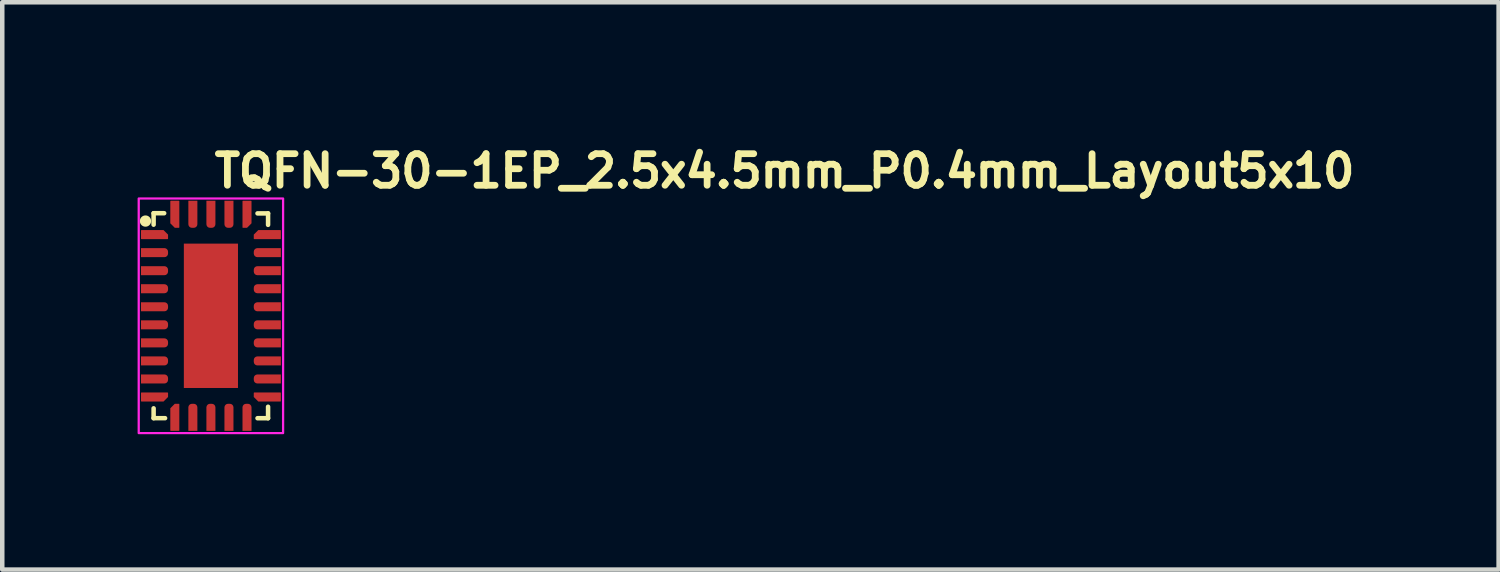
<source format=kicad_pcb>
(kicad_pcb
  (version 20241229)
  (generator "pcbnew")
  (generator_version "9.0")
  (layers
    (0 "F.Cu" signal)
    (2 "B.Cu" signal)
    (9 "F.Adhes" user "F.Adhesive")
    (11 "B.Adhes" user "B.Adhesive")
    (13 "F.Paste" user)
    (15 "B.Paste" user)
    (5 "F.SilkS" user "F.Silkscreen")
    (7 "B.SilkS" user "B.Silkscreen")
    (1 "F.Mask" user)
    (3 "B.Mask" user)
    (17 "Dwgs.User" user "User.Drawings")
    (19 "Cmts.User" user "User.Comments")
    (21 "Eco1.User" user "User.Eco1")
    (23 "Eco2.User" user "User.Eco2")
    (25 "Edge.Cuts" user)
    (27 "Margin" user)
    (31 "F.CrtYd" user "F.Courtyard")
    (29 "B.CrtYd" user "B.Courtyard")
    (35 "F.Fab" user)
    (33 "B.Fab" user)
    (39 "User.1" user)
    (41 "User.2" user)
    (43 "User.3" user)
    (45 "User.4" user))
  (footprint "TQFN-30-1EP_2.5x4.5mm_P0.4mm_Layout5x10"
    (layer "F.Cu")
    (at 1.625 3.95)
    (property "Reference" "TQFN-30-1EP_2.5x4.5mm_P0.4mm_Layout5x10" (at 0 -2.8 0) (layer "F.SilkS") (effects (font (size 0.7 0.7) (thickness 0.15)) (justify left bottom)))
    (attr smd)
    (fp_line (start -1.27 -2.274) (end -1.27 -2.02) (stroke (width 0.1) (type default)) (layer "F.SilkS"))
    (fp_line (start -1.27 2.051) (end -1.27 2.269) (stroke (width 0.1) (type default)) (layer "F.SilkS"))
    (fp_line (start -1.27 2.269) (end -1.016 2.269) (stroke (width 0.1) (type default)) (layer "F.SilkS"))
    (fp_line (start -1.036 -2.274) (end -1.27 -2.274) (stroke (width 0.1) (type default)) (layer "F.SilkS"))
    (fp_line (start 1.033 -2.27) (end 1.267 -2.27) (stroke (width 0.1) (type default)) (layer "F.SilkS"))
    (fp_line (start 1.033 2.27) (end 1.267 2.27) (stroke (width 0.1) (type default)) (layer "F.SilkS"))
    (fp_line (start 1.267 -2.27) (end 1.267 -2.016) (stroke (width 0.1) (type default)) (layer "F.SilkS"))
    (fp_line (start 1.267 2.27) (end 1.267 2.016) (stroke (width 0.1) (type default)) (layer "F.SilkS"))
    (fp_circle (center -1.45 -2.1) (end -1.4 -2.1) (stroke (width 0.15) (type solid)) (fill yes) (layer "F.SilkS"))
    (fp_rect (start -1.6 -2.6) (end 1.6 2.6) (stroke (width 0.05) (type solid)) (fill no) (layer "F.CrtYd"))
    (fp_rect (start -1.27 -2.27) (end 1.27 2.27) (stroke (width 0.1) (type solid)) (fill no) (layer "User.5"))
    (fp_line (start -1.27 -1.9) (end -1.27 -1.7) (stroke (width 0.02) (type solid)) (layer "User.9"))
    (fp_line (start -1.27 -1.9) (end -1.27 -1.7) (stroke (width 0.02) (type solid)) (layer "User.9"))
    (fp_line (start -1.27 -1.9) (end -1.27 -1.7) (stroke (width 0.02) (type solid)) (layer "User.9"))
    (fp_line (start -1.27 -1.9) (end -1.27 -1.7) (stroke (width 0.02) (type solid)) (layer "User.9"))
    (fp_line (start -1.27 -1.5) (end -1.27 -1.3) (stroke (width 0.02) (type solid)) (layer "User.9"))
    (fp_line (start -1.27 -1.5) (end -1.27 -1.3) (stroke (width 0.02) (type solid)) (layer "User.9"))
    (fp_line (start -1.27 -1.5) (end -1.27 -1.3) (stroke (width 0.02) (type solid)) (layer "User.9"))
    (fp_line (start -1.27 -1.5) (end -1.27 -1.3) (stroke (width 0.02) (type solid)) (layer "User.9"))
    (fp_line (start -1.27 -1.1) (end -1.27 -0.9) (stroke (width 0.02) (type solid)) (layer "User.9"))
    (fp_line (start -1.27 -1.1) (end -1.27 -0.9) (stroke (width 0.02) (type solid)) (layer "User.9"))
    (fp_line (start -1.27 -1.1) (end -1.27 -0.9) (stroke (width 0.02) (type solid)) (layer "User.9"))
    (fp_line (start -1.27 -1.1) (end -1.27 -0.9) (stroke (width 0.02) (type solid)) (layer "User.9"))
    (fp_line (start -1.27 -0.7) (end -1.27 -0.5) (stroke (width 0.02) (type solid)) (layer "User.9"))
    (fp_line (start -1.27 -0.7) (end -1.27 -0.5) (stroke (width 0.02) (type solid)) (layer "User.9"))
    (fp_line (start -1.27 -0.7) (end -1.27 -0.5) (stroke (width 0.02) (type solid)) (layer "User.9"))
    (fp_line (start -1.27 -0.7) (end -1.27 -0.5) (stroke (width 0.02) (type solid)) (layer "User.9"))
    (fp_line (start -1.27 -0.3) (end -1.27 -0.1) (stroke (width 0.02) (type solid)) (layer "User.9"))
    (fp_line (start -1.27 -0.3) (end -1.27 -0.1) (stroke (width 0.02) (type solid)) (layer "User.9"))
    (fp_line (start -1.27 -0.3) (end -1.27 -0.1) (stroke (width 0.02) (type solid)) (layer "User.9"))
    (fp_line (start -1.27 -0.3) (end -1.27 -0.1) (stroke (width 0.02) (type solid)) (layer "User.9"))
    (fp_line (start -1.27 0.1) (end -1.27 0.3) (stroke (width 0.02) (type solid)) (layer "User.9"))
    (fp_line (start -1.27 0.1) (end -1.27 0.3) (stroke (width 0.02) (type solid)) (layer "User.9"))
    (fp_line (start -1.27 0.1) (end -1.27 0.3) (stroke (width 0.02) (type solid)) (layer "User.9"))
    (fp_line (start -1.27 0.1) (end -1.27 0.3) (stroke (width 0.02) (type solid)) (layer "User.9"))
    (fp_line (start -1.27 0.5) (end -1.27 0.7) (stroke (width 0.02) (type solid)) (layer "User.9"))
    (fp_line (start -1.27 0.5) (end -1.27 0.7) (stroke (width 0.02) (type solid)) (layer "User.9"))
    (fp_line (start -1.27 0.5) (end -1.27 0.7) (stroke (width 0.02) (type solid)) (layer "User.9"))
    (fp_line (start -1.27 0.5) (end -1.27 0.7) (stroke (width 0.02) (type solid)) (layer "User.9"))
    (fp_line (start -1.27 0.9) (end -1.27 1.1) (stroke (width 0.02) (type solid)) (layer "User.9"))
    (fp_line (start -1.27 0.9) (end -1.27 1.1) (stroke (width 0.02) (type solid)) (layer "User.9"))
    (fp_line (start -1.27 0.9) (end -1.27 1.1) (stroke (width 0.02) (type solid)) (layer "User.9"))
    (fp_line (start -1.27 0.9) (end -1.27 1.1) (stroke (width 0.02) (type solid)) (layer "User.9"))
    (fp_line (start -1.27 1.3) (end -1.27 1.5) (stroke (width 0.02) (type solid)) (layer "User.9"))
    (fp_line (start -1.27 1.3) (end -1.27 1.5) (stroke (width 0.02) (type solid)) (layer "User.9"))
    (fp_line (start -1.27 1.3) (end -1.27 1.5) (stroke (width 0.02) (type solid)) (layer "User.9"))
    (fp_line (start -1.27 1.3) (end -1.27 1.5) (stroke (width 0.02) (type solid)) (layer "User.9"))
    (fp_line (start -1.27 1.7) (end -1.27 1.9) (stroke (width 0.02) (type solid)) (layer "User.9"))
    (fp_line (start -1.27 1.7) (end -1.27 1.9) (stroke (width 0.02) (type solid)) (layer "User.9"))
    (fp_line (start -1.27 1.7) (end -1.27 1.9) (stroke (width 0.02) (type solid)) (layer "User.9"))
    (fp_line (start -1.27 1.7) (end -1.27 1.9) (stroke (width 0.02) (type solid)) (layer "User.9"))
    (fp_line (start -1.25 -2.25) (end -1.25 2.25) (stroke (width 0.02) (type solid)) (layer "User.9"))
    (fp_line (start -1.25 -2.25) (end -1.25 2.25) (stroke (width 0.02) (type solid)) (layer "User.9"))
    (fp_line (start -1.25 -2.25) (end -1.25 2.25) (stroke (width 0.02) (type solid)) (layer "User.9"))
    (fp_line (start -1.25 -2.25) (end -1.25 2.25) (stroke (width 0.02) (type solid)) (layer "User.9"))
    (fp_line (start -1.25 -2.25) (end -1.25 2.25) (stroke (width 0.02) (type solid)) (layer "User.9"))
    (fp_line (start -1.25 -2.25) (end -1.25 2.25) (stroke (width 0.02) (type solid)) (layer "User.9"))
    (fp_line (start -1.25 -2.25) (end -1.25 2.25) (stroke (width 0.02) (type solid)) (layer "User.9"))
    (fp_line (start -1.25 -2.25) (end -1.25 2.25) (stroke (width 0.02) (type solid)) (layer "User.9"))
    (fp_line (start -1.25 -2.25) (end -1.25 2.25) (stroke (width 0.02) (type solid)) (layer "User.9"))
    (fp_line (start -1.25 -2.25) (end -1.25 2.25) (stroke (width 0.02) (type solid)) (layer "User.9"))
    (fp_line (start -1.25 -2.25) (end -1.25 2.25) (stroke (width 0.02) (type solid)) (layer "User.9"))
    (fp_line (start -1.25 -2.25) (end -1.25 2.25) (stroke (width 0.02) (type solid)) (layer "User.9"))
    (fp_line (start -1.25 -1.9) (end -1.27 -1.9) (stroke (width 0.02) (type solid)) (layer "User.9"))
    (fp_line (start -1.25 -1.9) (end -1.27 -1.9) (stroke (width 0.02) (type solid)) (layer "User.9"))
    (fp_line (start -1.25 -1.9) (end -1.27 -1.9) (stroke (width 0.02) (type solid)) (layer "User.9"))
    (fp_line (start -1.25 -1.9) (end -1.27 -1.9) (stroke (width 0.02) (type solid)) (layer "User.9"))
    (fp_line (start -1.25 -1.7) (end -1.27 -1.7) (stroke (width 0.02) (type solid)) (layer "User.9"))
    (fp_line (start -1.25 -1.7) (end -1.27 -1.7) (stroke (width 0.02) (type solid)) (layer "User.9"))
    (fp_line (start -1.25 -1.7) (end -1.27 -1.7) (stroke (width 0.02) (type solid)) (layer "User.9"))
    (fp_line (start -1.25 -1.7) (end -1.27 -1.7) (stroke (width 0.02) (type solid)) (layer "User.9"))
    (fp_line (start -1.25 -1.5) (end -1.27 -1.5) (stroke (width 0.02) (type solid)) (layer "User.9"))
    (fp_line (start -1.25 -1.5) (end -1.27 -1.5) (stroke (width 0.02) (type solid)) (layer "User.9"))
    (fp_line (start -1.25 -1.5) (end -1.27 -1.5) (stroke (width 0.02) (type solid)) (layer "User.9"))
    (fp_line (start -1.25 -1.5) (end -1.27 -1.5) (stroke (width 0.02) (type solid)) (layer "User.9"))
    (fp_line (start -1.25 -1.3) (end -1.27 -1.3) (stroke (width 0.02) (type solid)) (layer "User.9"))
    (fp_line (start -1.25 -1.3) (end -1.27 -1.3) (stroke (width 0.02) (type solid)) (layer "User.9"))
    (fp_line (start -1.25 -1.3) (end -1.27 -1.3) (stroke (width 0.02) (type solid)) (layer "User.9"))
    (fp_line (start -1.25 -1.3) (end -1.27 -1.3) (stroke (width 0.02) (type solid)) (layer "User.9"))
    (fp_line (start -1.25 -1.1) (end -1.27 -1.1) (stroke (width 0.02) (type solid)) (layer "User.9"))
    (fp_line (start -1.25 -1.1) (end -1.27 -1.1) (stroke (width 0.02) (type solid)) (layer "User.9"))
    (fp_line (start -1.25 -1.1) (end -1.27 -1.1) (stroke (width 0.02) (type solid)) (layer "User.9"))
    (fp_line (start -1.25 -1.1) (end -1.27 -1.1) (stroke (width 0.02) (type solid)) (layer "User.9"))
    (fp_line (start -1.25 -0.9) (end -1.27 -0.9) (stroke (width 0.02) (type solid)) (layer "User.9"))
    (fp_line (start -1.25 -0.9) (end -1.27 -0.9) (stroke (width 0.02) (type solid)) (layer "User.9"))
    (fp_line (start -1.25 -0.9) (end -1.27 -0.9) (stroke (width 0.02) (type solid)) (layer "User.9"))
    (fp_line (start -1.25 -0.9) (end -1.27 -0.9) (stroke (width 0.02) (type solid)) (layer "User.9"))
    (fp_line (start -1.25 -0.7) (end -1.27 -0.7) (stroke (width 0.02) (type solid)) (layer "User.9"))
    (fp_line (start -1.25 -0.7) (end -1.27 -0.7) (stroke (width 0.02) (type solid)) (layer "User.9"))
    (fp_line (start -1.25 -0.7) (end -1.27 -0.7) (stroke (width 0.02) (type solid)) (layer "User.9"))
    (fp_line (start -1.25 -0.7) (end -1.27 -0.7) (stroke (width 0.02) (type solid)) (layer "User.9"))
    (fp_line (start -1.25 -0.5) (end -1.27 -0.5) (stroke (width 0.02) (type solid)) (layer "User.9"))
    (fp_line (start -1.25 -0.5) (end -1.27 -0.5) (stroke (width 0.02) (type solid)) (layer "User.9"))
    (fp_line (start -1.25 -0.5) (end -1.27 -0.5) (stroke (width 0.02) (type solid)) (layer "User.9"))
    (fp_line (start -1.25 -0.5) (end -1.27 -0.5) (stroke (width 0.02) (type solid)) (layer "User.9"))
    (fp_line (start -1.25 -0.3) (end -1.27 -0.3) (stroke (width 0.02) (type solid)) (layer "User.9"))
    (fp_line (start -1.25 -0.3) (end -1.27 -0.3) (stroke (width 0.02) (type solid)) (layer "User.9"))
    (fp_line (start -1.25 -0.3) (end -1.27 -0.3) (stroke (width 0.02) (type solid)) (layer "User.9"))
    (fp_line (start -1.25 -0.3) (end -1.27 -0.3) (stroke (width 0.02) (type solid)) (layer "User.9"))
    (fp_line (start -1.25 -0.1) (end -1.27 -0.1) (stroke (width 0.02) (type solid)) (layer "User.9"))
    (fp_line (start -1.25 -0.1) (end -1.27 -0.1) (stroke (width 0.02) (type solid)) (layer "User.9"))
    (fp_line (start -1.25 -0.1) (end -1.27 -0.1) (stroke (width 0.02) (type solid)) (layer "User.9"))
    (fp_line (start -1.25 -0.1) (end -1.27 -0.1) (stroke (width 0.02) (type solid)) (layer "User.9"))
    (fp_line (start -1.25 0.1) (end -1.27 0.1) (stroke (width 0.02) (type solid)) (layer "User.9"))
    (fp_line (start -1.25 0.1) (end -1.27 0.1) (stroke (width 0.02) (type solid)) (layer "User.9"))
    (fp_line (start -1.25 0.1) (end -1.27 0.1) (stroke (width 0.02) (type solid)) (layer "User.9"))
    (fp_line (start -1.25 0.1) (end -1.27 0.1) (stroke (width 0.02) (type solid)) (layer "User.9"))
    (fp_line (start -1.25 0.3) (end -1.27 0.3) (stroke (width 0.02) (type solid)) (layer "User.9"))
    (fp_line (start -1.25 0.3) (end -1.27 0.3) (stroke (width 0.02) (type solid)) (layer "User.9"))
    (fp_line (start -1.25 0.3) (end -1.27 0.3) (stroke (width 0.02) (type solid)) (layer "User.9"))
    (fp_line (start -1.25 0.3) (end -1.27 0.3) (stroke (width 0.02) (type solid)) (layer "User.9"))
    (fp_line (start -1.25 0.5) (end -1.27 0.5) (stroke (width 0.02) (type solid)) (layer "User.9"))
    (fp_line (start -1.25 0.5) (end -1.27 0.5) (stroke (width 0.02) (type solid)) (layer "User.9"))
    (fp_line (start -1.25 0.5) (end -1.27 0.5) (stroke (width 0.02) (type solid)) (layer "User.9"))
    (fp_line (start -1.25 0.5) (end -1.27 0.5) (stroke (width 0.02) (type solid)) (layer "User.9"))
    (fp_line (start -1.25 0.7) (end -1.27 0.7) (stroke (width 0.02) (type solid)) (layer "User.9"))
    (fp_line (start -1.25 0.7) (end -1.27 0.7) (stroke (width 0.02) (type solid)) (layer "User.9"))
    (fp_line (start -1.25 0.7) (end -1.27 0.7) (stroke (width 0.02) (type solid)) (layer "User.9"))
    (fp_line (start -1.25 0.7) (end -1.27 0.7) (stroke (width 0.02) (type solid)) (layer "User.9"))
    (fp_line (start -1.25 0.9) (end -1.27 0.9) (stroke (width 0.02) (type solid)) (layer "User.9"))
    (fp_line (start -1.25 0.9) (end -1.27 0.9) (stroke (width 0.02) (type solid)) (layer "User.9"))
    (fp_line (start -1.25 0.9) (end -1.27 0.9) (stroke (width 0.02) (type solid)) (layer "User.9"))
    (fp_line (start -1.25 0.9) (end -1.27 0.9) (stroke (width 0.02) (type solid)) (layer "User.9"))
    (fp_line (start -1.25 1.1) (end -1.27 1.1) (stroke (width 0.02) (type solid)) (layer "User.9"))
    (fp_line (start -1.25 1.1) (end -1.27 1.1) (stroke (width 0.02) (type solid)) (layer "User.9"))
    (fp_line (start -1.25 1.1) (end -1.27 1.1) (stroke (width 0.02) (type solid)) (layer "User.9"))
    (fp_line (start -1.25 1.1) (end -1.27 1.1) (stroke (width 0.02) (type solid)) (layer "User.9"))
    (fp_line (start -1.25 1.3) (end -1.27 1.3) (stroke (width 0.02) (type solid)) (layer "User.9"))
    (fp_line (start -1.25 1.3) (end -1.27 1.3) (stroke (width 0.02) (type solid)) (layer "User.9"))
    (fp_line (start -1.25 1.3) (end -1.27 1.3) (stroke (width 0.02) (type solid)) (layer "User.9"))
    (fp_line (start -1.25 1.3) (end -1.27 1.3) (stroke (width 0.02) (type solid)) (layer "User.9"))
    (fp_line (start -1.25 1.5) (end -1.27 1.5) (stroke (width 0.02) (type solid)) (layer "User.9"))
    (fp_line (start -1.25 1.5) (end -1.27 1.5) (stroke (width 0.02) (type solid)) (layer "User.9"))
    (fp_line (start -1.25 1.5) (end -1.27 1.5) (stroke (width 0.02) (type solid)) (layer "User.9"))
    (fp_line (start -1.25 1.5) (end -1.27 1.5) (stroke (width 0.02) (type solid)) (layer "User.9"))
    (fp_line (start -1.25 1.7) (end -1.27 1.7) (stroke (width 0.02) (type solid)) (layer "User.9"))
    (fp_line (start -1.25 1.7) (end -1.27 1.7) (stroke (width 0.02) (type solid)) (layer "User.9"))
    (fp_line (start -1.25 1.7) (end -1.27 1.7) (stroke (width 0.02) (type solid)) (layer "User.9"))
    (fp_line (start -1.25 1.7) (end -1.27 1.7) (stroke (width 0.02) (type solid)) (layer "User.9"))
    (fp_line (start -1.25 1.9) (end -1.27 1.9) (stroke (width 0.02) (type solid)) (layer "User.9"))
    (fp_line (start -1.25 1.9) (end -1.27 1.9) (stroke (width 0.02) (type solid)) (layer "User.9"))
    (fp_line (start -1.25 1.9) (end -1.27 1.9) (stroke (width 0.02) (type solid)) (layer "User.9"))
    (fp_line (start -1.25 1.9) (end -1.27 1.9) (stroke (width 0.02) (type solid)) (layer "User.9"))
    (fp_line (start -1.25 2.25) (end 1.25 2.25) (stroke (width 0.02) (type solid)) (layer "User.9"))
    (fp_line (start -1.25 2.25) (end 1.25 2.25) (stroke (width 0.02) (type solid)) (layer "User.9"))
    (fp_line (start -1.25 2.25) (end 1.25 2.25) (stroke (width 0.02) (type solid)) (layer "User.9"))
    (fp_line (start -1.25 2.25) (end 1.25 2.25) (stroke (width 0.02) (type solid)) (layer "User.9"))
    (fp_line (start -1.25 2.25) (end 1.25 2.25) (stroke (width 0.02) (type solid)) (layer "User.9"))
    (fp_line (start -1.25 2.25) (end 1.25 2.25) (stroke (width 0.02) (type solid)) (layer "User.9"))
    (fp_line (start -1.25 2.25) (end 1.25 2.25) (stroke (width 0.02) (type solid)) (layer "User.9"))
    (fp_line (start -1.25 2.25) (end 1.25 2.25) (stroke (width 0.02) (type solid)) (layer "User.9"))
    (fp_line (start -1.25 2.25) (end 1.25 2.25) (stroke (width 0.02) (type solid)) (layer "User.9"))
    (fp_line (start -1.25 2.25) (end 1.25 2.25) (stroke (width 0.02) (type solid)) (layer "User.9"))
    (fp_line (start -1.25 2.25) (end 1.25 2.25) (stroke (width 0.02) (type solid)) (layer "User.9"))
    (fp_line (start -1.25 2.25) (end 1.25 2.25) (stroke (width 0.02) (type solid)) (layer "User.9"))
    (fp_line (start -1.098 -1.906) (end -1.098 -1.897) (stroke (width 0.02) (type solid)) (layer "User.9"))
    (fp_line (start -1.098 -1.906) (end -1.098 -1.897) (stroke (width 0.02) (type solid)) (layer "User.9"))
    (fp_line (start -1.098 -1.897) (end -1.098 -1.887) (stroke (width 0.02) (type solid)) (layer "User.9"))
    (fp_line (start -1.098 -1.897) (end -1.098 -1.887) (stroke (width 0.02) (type solid)) (layer "User.9"))
    (fp_line (start -1.098 -1.887) (end -1.097 -1.878) (stroke (width 0.02) (type solid)) (layer "User.9"))
    (fp_line (start -1.098 -1.887) (end -1.097 -1.878) (stroke (width 0.02) (type solid)) (layer "User.9"))
    (fp_line (start -1.097 -1.916) (end -1.098 -1.906) (stroke (width 0.02) (type solid)) (layer "User.9"))
    (fp_line (start -1.097 -1.916) (end -1.098 -1.906) (stroke (width 0.02) (type solid)) (layer "User.9"))
    (fp_line (start -1.097 -1.878) (end -1.096 -1.869) (stroke (width 0.02) (type solid)) (layer "User.9"))
    (fp_line (start -1.097 -1.878) (end -1.096 -1.869) (stroke (width 0.02) (type solid)) (layer "User.9"))
    (fp_line (start -1.096 -1.925) (end -1.097 -1.916) (stroke (width 0.02) (type solid)) (layer "User.9"))
    (fp_line (start -1.096 -1.925) (end -1.097 -1.916) (stroke (width 0.02) (type solid)) (layer "User.9"))
    (fp_line (start -1.096 -1.869) (end -1.094 -1.859) (stroke (width 0.02) (type solid)) (layer "User.9"))
    (fp_line (start -1.096 -1.869) (end -1.094 -1.859) (stroke (width 0.02) (type solid)) (layer "User.9"))
    (fp_line (start -1.094 -1.934) (end -1.096 -1.925) (stroke (width 0.02) (type solid)) (layer "User.9"))
    (fp_line (start -1.094 -1.934) (end -1.096 -1.925) (stroke (width 0.02) (type solid)) (layer "User.9"))
    (fp_line (start -1.094 -1.859) (end -1.092 -1.85) (stroke (width 0.02) (type solid)) (layer "User.9"))
    (fp_line (start -1.094 -1.859) (end -1.092 -1.85) (stroke (width 0.02) (type solid)) (layer "User.9"))
    (fp_line (start -1.092 -1.943) (end -1.094 -1.934) (stroke (width 0.02) (type solid)) (layer "User.9"))
    (fp_line (start -1.092 -1.943) (end -1.094 -1.934) (stroke (width 0.02) (type solid)) (layer "User.9"))
    (fp_line (start -1.092 -1.85) (end -1.09 -1.841) (stroke (width 0.02) (type solid)) (layer "User.9"))
    (fp_line (start -1.092 -1.85) (end -1.09 -1.841) (stroke (width 0.02) (type solid)) (layer "User.9"))
    (fp_line (start -1.09 -1.952) (end -1.092 -1.943) (stroke (width 0.02) (type solid)) (layer "User.9"))
    (fp_line (start -1.09 -1.952) (end -1.092 -1.943) (stroke (width 0.02) (type solid)) (layer "User.9"))
    (fp_line (start -1.09 -1.841) (end -1.087 -1.833) (stroke (width 0.02) (type solid)) (layer "User.9"))
    (fp_line (start -1.09 -1.841) (end -1.087 -1.833) (stroke (width 0.02) (type solid)) (layer "User.9"))
    (fp_line (start -1.087 -1.961) (end -1.09 -1.952) (stroke (width 0.02) (type solid)) (layer "User.9"))
    (fp_line (start -1.087 -1.961) (end -1.09 -1.952) (stroke (width 0.02) (type solid)) (layer "User.9"))
    (fp_line (start -1.087 -1.833) (end -1.084 -1.824) (stroke (width 0.02) (type solid)) (layer "User.9"))
    (fp_line (start -1.087 -1.833) (end -1.084 -1.824) (stroke (width 0.02) (type solid)) (layer "User.9"))
    (fp_line (start -1.084 -1.969) (end -1.087 -1.961) (stroke (width 0.02) (type solid)) (layer "User.9"))
    (fp_line (start -1.084 -1.969) (end -1.087 -1.961) (stroke (width 0.02) (type solid)) (layer "User.9"))
    (fp_line (start -1.084 -1.824) (end -1.08 -1.816) (stroke (width 0.02) (type solid)) (layer "User.9"))
    (fp_line (start -1.084 -1.824) (end -1.08 -1.816) (stroke (width 0.02) (type solid)) (layer "User.9"))
    (fp_line (start -1.08 -1.978) (end -1.084 -1.969) (stroke (width 0.02) (type solid)) (layer "User.9"))
    (fp_line (start -1.08 -1.978) (end -1.084 -1.969) (stroke (width 0.02) (type solid)) (layer "User.9"))
    (fp_line (start -1.08 -1.816) (end -1.076 -1.808) (stroke (width 0.02) (type solid)) (layer "User.9"))
    (fp_line (start -1.08 -1.816) (end -1.076 -1.808) (stroke (width 0.02) (type solid)) (layer "User.9"))
    (fp_line (start -1.076 -1.986) (end -1.08 -1.978) (stroke (width 0.02) (type solid)) (layer "User.9"))
    (fp_line (start -1.076 -1.986) (end -1.08 -1.978) (stroke (width 0.02) (type solid)) (layer "User.9"))
    (fp_line (start -1.076 -1.808) (end -1.071 -1.8) (stroke (width 0.02) (type solid)) (layer "User.9"))
    (fp_line (start -1.076 -1.808) (end -1.071 -1.8) (stroke (width 0.02) (type solid)) (layer "User.9"))
    (fp_line (start -1.071 -1.993) (end -1.076 -1.986) (stroke (width 0.02) (type solid)) (layer "User.9"))
    (fp_line (start -1.071 -1.993) (end -1.076 -1.986) (stroke (width 0.02) (type solid)) (layer "User.9"))
    (fp_line (start -1.071 -1.8) (end -1.066 -1.793) (stroke (width 0.02) (type solid)) (layer "User.9"))
    (fp_line (start -1.071 -1.8) (end -1.066 -1.793) (stroke (width 0.02) (type solid)) (layer "User.9"))
    (fp_line (start -1.066 -2.001) (end -1.071 -1.993) (stroke (width 0.02) (type solid)) (layer "User.9"))
    (fp_line (start -1.066 -2.001) (end -1.071 -1.993) (stroke (width 0.02) (type solid)) (layer "User.9"))
    (fp_line (start -1.066 -1.793) (end -1.061 -1.785) (stroke (width 0.02) (type solid)) (layer "User.9"))
    (fp_line (start -1.066 -1.793) (end -1.061 -1.785) (stroke (width 0.02) (type solid)) (layer "User.9"))
    (fp_line (start -1.061 -2.008) (end -1.066 -2.001) (stroke (width 0.02) (type solid)) (layer "User.9"))
    (fp_line (start -1.061 -2.008) (end -1.066 -2.001) (stroke (width 0.02) (type solid)) (layer "User.9"))
    (fp_line (start -1.061 -1.785) (end -1.056 -1.778) (stroke (width 0.02) (type solid)) (layer "User.9"))
    (fp_line (start -1.061 -1.785) (end -1.056 -1.778) (stroke (width 0.02) (type solid)) (layer "User.9"))
    (fp_line (start -1.056 -2.015) (end -1.061 -2.008) (stroke (width 0.02) (type solid)) (layer "User.9"))
    (fp_line (start -1.056 -2.015) (end -1.061 -2.008) (stroke (width 0.02) (type solid)) (layer "User.9"))
    (fp_line (start -1.056 -1.778) (end -1.05 -1.772) (stroke (width 0.02) (type solid)) (layer "User.9"))
    (fp_line (start -1.056 -1.778) (end -1.05 -1.772) (stroke (width 0.02) (type solid)) (layer "User.9"))
    (fp_line (start -1.05 -2.022) (end -1.056 -2.015) (stroke (width 0.02) (type solid)) (layer "User.9"))
    (fp_line (start -1.05 -2.022) (end -1.056 -2.015) (stroke (width 0.02) (type solid)) (layer "User.9"))
    (fp_line (start -1.05 -1.772) (end -1.044 -1.765) (stroke (width 0.02) (type solid)) (layer "User.9"))
    (fp_line (start -1.05 -1.772) (end -1.044 -1.765) (stroke (width 0.02) (type solid)) (layer "User.9"))
    (fp_line (start -1.044 -2.029) (end -1.05 -2.022) (stroke (width 0.02) (type solid)) (layer "User.9"))
    (fp_line (start -1.044 -2.029) (end -1.05 -2.022) (stroke (width 0.02) (type solid)) (layer "User.9"))
    (fp_line (start -1.044 -1.765) (end -1.037 -1.759) (stroke (width 0.02) (type solid)) (layer "User.9"))
    (fp_line (start -1.044 -1.765) (end -1.037 -1.759) (stroke (width 0.02) (type solid)) (layer "User.9"))
    (fp_line (start -1.037 -2.035) (end -1.044 -2.029) (stroke (width 0.02) (type solid)) (layer "User.9"))
    (fp_line (start -1.037 -2.035) (end -1.044 -2.029) (stroke (width 0.02) (type solid)) (layer "User.9"))
    (fp_line (start -1.037 -1.759) (end -1.03 -1.753) (stroke (width 0.02) (type solid)) (layer "User.9"))
    (fp_line (start -1.037 -1.759) (end -1.03 -1.753) (stroke (width 0.02) (type solid)) (layer "User.9"))
    (fp_line (start -1.03 -2.041) (end -1.037 -2.035) (stroke (width 0.02) (type solid)) (layer "User.9"))
    (fp_line (start -1.03 -2.041) (end -1.037 -2.035) (stroke (width 0.02) (type solid)) (layer "User.9"))
    (fp_line (start -1.03 -1.753) (end -1.023 -1.748) (stroke (width 0.02) (type solid)) (layer "User.9"))
    (fp_line (start -1.03 -1.753) (end -1.023 -1.748) (stroke (width 0.02) (type solid)) (layer "User.9"))
    (fp_line (start -1.023 -2.046) (end -1.03 -2.041) (stroke (width 0.02) (type solid)) (layer "User.9"))
    (fp_line (start -1.023 -2.046) (end -1.03 -2.041) (stroke (width 0.02) (type solid)) (layer "User.9"))
    (fp_line (start -1.023 -1.748) (end -1.016 -1.742) (stroke (width 0.02) (type solid)) (layer "User.9"))
    (fp_line (start -1.023 -1.748) (end -1.016 -1.742) (stroke (width 0.02) (type solid)) (layer "User.9"))
    (fp_line (start -1.016 -2.051) (end -1.023 -2.046) (stroke (width 0.02) (type solid)) (layer "User.9"))
    (fp_line (start -1.016 -2.051) (end -1.023 -2.046) (stroke (width 0.02) (type solid)) (layer "User.9"))
    (fp_line (start -1.016 -1.742) (end -1.008 -1.738) (stroke (width 0.02) (type solid)) (layer "User.9"))
    (fp_line (start -1.016 -1.742) (end -1.008 -1.738) (stroke (width 0.02) (type solid)) (layer "User.9"))
    (fp_line (start -1.008 -2.056) (end -1.016 -2.051) (stroke (width 0.02) (type solid)) (layer "User.9"))
    (fp_line (start -1.008 -2.056) (end -1.016 -2.051) (stroke (width 0.02) (type solid)) (layer "User.9"))
    (fp_line (start -1.008 -1.738) (end -1.001 -1.733) (stroke (width 0.02) (type solid)) (layer "User.9"))
    (fp_line (start -1.008 -1.738) (end -1.001 -1.733) (stroke (width 0.02) (type solid)) (layer "User.9"))
    (fp_line (start -1.001 -2.061) (end -1.008 -2.056) (stroke (width 0.02) (type solid)) (layer "User.9"))
    (fp_line (start -1.001 -2.061) (end -1.008 -2.056) (stroke (width 0.02) (type solid)) (layer "User.9"))
    (fp_line (start -1.001 -1.733) (end -0.993 -1.729) (stroke (width 0.02) (type solid)) (layer "User.9"))
    (fp_line (start -1.001 -1.733) (end -0.993 -1.729) (stroke (width 0.02) (type solid)) (layer "User.9"))
    (fp_line (start -0.993 -2.065) (end -1.001 -2.061) (stroke (width 0.02) (type solid)) (layer "User.9"))
    (fp_line (start -0.993 -2.065) (end -1.001 -2.061) (stroke (width 0.02) (type solid)) (layer "User.9"))
    (fp_line (start -0.993 -1.729) (end -0.984 -1.725) (stroke (width 0.02) (type solid)) (layer "User.9"))
    (fp_line (start -0.993 -1.729) (end -0.984 -1.725) (stroke (width 0.02) (type solid)) (layer "User.9"))
    (fp_line (start -0.984 -2.069) (end -0.993 -2.065) (stroke (width 0.02) (type solid)) (layer "User.9"))
    (fp_line (start -0.984 -2.069) (end -0.993 -2.065) (stroke (width 0.02) (type solid)) (layer "User.9"))
    (fp_line (start -0.984 -1.725) (end -0.976 -1.722) (stroke (width 0.02) (type solid)) (layer "User.9"))
    (fp_line (start -0.984 -1.725) (end -0.976 -1.722) (stroke (width 0.02) (type solid)) (layer "User.9"))
    (fp_line (start -0.976 -2.072) (end -0.984 -2.069) (stroke (width 0.02) (type solid)) (layer "User.9"))
    (fp_line (start -0.976 -2.072) (end -0.984 -2.069) (stroke (width 0.02) (type solid)) (layer "User.9"))
    (fp_line (start -0.976 -1.722) (end -0.967 -1.719) (stroke (width 0.02) (type solid)) (layer "User.9"))
    (fp_line (start -0.976 -1.722) (end -0.967 -1.719) (stroke (width 0.02) (type solid)) (layer "User.9"))
    (fp_line (start -0.967 -2.075) (end -0.976 -2.072) (stroke (width 0.02) (type solid)) (layer "User.9"))
    (fp_line (start -0.967 -2.075) (end -0.976 -2.072) (stroke (width 0.02) (type solid)) (layer "User.9"))
    (fp_line (start -0.967 -1.719) (end -0.958 -1.716) (stroke (width 0.02) (type solid)) (layer "User.9"))
    (fp_line (start -0.967 -1.719) (end -0.958 -1.716) (stroke (width 0.02) (type solid)) (layer "User.9"))
    (fp_line (start -0.958 -2.077) (end -0.967 -2.075) (stroke (width 0.02) (type solid)) (layer "User.9"))
    (fp_line (start -0.958 -2.077) (end -0.967 -2.075) (stroke (width 0.02) (type solid)) (layer "User.9"))
    (fp_line (start -0.958 -1.716) (end -0.949 -1.714) (stroke (width 0.02) (type solid)) (layer "User.9"))
    (fp_line (start -0.958 -1.716) (end -0.949 -1.714) (stroke (width 0.02) (type solid)) (layer "User.9"))
    (fp_line (start -0.949 -2.079) (end -0.958 -2.077) (stroke (width 0.02) (type solid)) (layer "User.9"))
    (fp_line (start -0.949 -2.079) (end -0.958 -2.077) (stroke (width 0.02) (type solid)) (layer "User.9"))
    (fp_line (start -0.949 -1.714) (end -0.94 -1.713) (stroke (width 0.02) (type solid)) (layer "User.9"))
    (fp_line (start -0.949 -1.714) (end -0.94 -1.713) (stroke (width 0.02) (type solid)) (layer "User.9"))
    (fp_line (start -0.94 -2.081) (end -0.949 -2.079) (stroke (width 0.02) (type solid)) (layer "User.9"))
    (fp_line (start -0.94 -2.081) (end -0.949 -2.079) (stroke (width 0.02) (type solid)) (layer "User.9"))
    (fp_line (start -0.94 -1.713) (end -0.931 -1.712) (stroke (width 0.02) (type solid)) (layer "User.9"))
    (fp_line (start -0.94 -1.713) (end -0.931 -1.712) (stroke (width 0.02) (type solid)) (layer "User.9"))
    (fp_line (start -0.931 -2.082) (end -0.94 -2.081) (stroke (width 0.02) (type solid)) (layer "User.9"))
    (fp_line (start -0.931 -2.082) (end -0.94 -2.081) (stroke (width 0.02) (type solid)) (layer "User.9"))
    (fp_line (start -0.931 -1.712) (end -0.921 -1.711) (stroke (width 0.02) (type solid)) (layer "User.9"))
    (fp_line (start -0.931 -1.712) (end -0.921 -1.711) (stroke (width 0.02) (type solid)) (layer "User.9"))
    (fp_line (start -0.921 -2.083) (end -0.931 -2.082) (stroke (width 0.02) (type solid)) (layer "User.9"))
    (fp_line (start -0.921 -2.083) (end -0.931 -2.082) (stroke (width 0.02) (type solid)) (layer "User.9"))
    (fp_line (start -0.921 -1.711) (end -0.912 -1.711) (stroke (width 0.02) (type solid)) (layer "User.9"))
    (fp_line (start -0.921 -1.711) (end -0.912 -1.711) (stroke (width 0.02) (type solid)) (layer "User.9"))
    (fp_line (start -0.912 -2.083) (end -0.921 -2.083) (stroke (width 0.02) (type solid)) (layer "User.9"))
    (fp_line (start -0.912 -2.083) (end -0.921 -2.083) (stroke (width 0.02) (type solid)) (layer "User.9"))
    (fp_line (start -0.912 -1.711) (end -0.902 -1.711) (stroke (width 0.02) (type solid)) (layer "User.9"))
    (fp_line (start -0.912 -1.711) (end -0.902 -1.711) (stroke (width 0.02) (type solid)) (layer "User.9"))
    (fp_line (start -0.902 -2.083) (end -0.912 -2.083) (stroke (width 0.02) (type solid)) (layer "User.9"))
    (fp_line (start -0.902 -2.083) (end -0.912 -2.083) (stroke (width 0.02) (type solid)) (layer "User.9"))
    (fp_line (start -0.902 -1.711) (end -0.893 -1.712) (stroke (width 0.02) (type solid)) (layer "User.9"))
    (fp_line (start -0.902 -1.711) (end -0.893 -1.712) (stroke (width 0.02) (type solid)) (layer "User.9"))
    (fp_line (start -0.9 -2.27) (end -0.7 -2.27) (stroke (width 0.02) (type solid)) (layer "User.9"))
    (fp_line (start -0.9 -2.27) (end -0.7 -2.27) (stroke (width 0.02) (type solid)) (layer "User.9"))
    (fp_line (start -0.9 -2.25) (end -0.9 -2.27) (stroke (width 0.02) (type solid)) (layer "User.9"))
    (fp_line (start -0.9 -2.25) (end -0.9 -2.27) (stroke (width 0.02) (type solid)) (layer "User.9"))
    (fp_line (start -0.9 2.25) (end -0.9 2.27) (stroke (width 0.02) (type solid)) (layer "User.9"))
    (fp_line (start -0.9 2.25) (end -0.9 2.27) (stroke (width 0.02) (type solid)) (layer "User.9"))
    (fp_line (start -0.893 -2.082) (end -0.902 -2.083) (stroke (width 0.02) (type solid)) (layer "User.9"))
    (fp_line (start -0.893 -2.082) (end -0.902 -2.083) (stroke (width 0.02) (type solid)) (layer "User.9"))
    (fp_line (start -0.893 -1.712) (end -0.884 -1.713) (stroke (width 0.02) (type solid)) (layer "User.9"))
    (fp_line (start -0.893 -1.712) (end -0.884 -1.713) (stroke (width 0.02) (type solid)) (layer "User.9"))
    (fp_line (start -0.884 -2.081) (end -0.893 -2.082) (stroke (width 0.02) (type solid)) (layer "User.9"))
    (fp_line (start -0.884 -2.081) (end -0.893 -2.082) (stroke (width 0.02) (type solid)) (layer "User.9"))
    (fp_line (start -0.884 -1.713) (end -0.874 -1.714) (stroke (width 0.02) (type solid)) (layer "User.9"))
    (fp_line (start -0.884 -1.713) (end -0.874 -1.714) (stroke (width 0.02) (type solid)) (layer "User.9"))
    (fp_line (start -0.874 -2.079) (end -0.884 -2.081) (stroke (width 0.02) (type solid)) (layer "User.9"))
    (fp_line (start -0.874 -2.079) (end -0.884 -2.081) (stroke (width 0.02) (type solid)) (layer "User.9"))
    (fp_line (start -0.874 -1.714) (end -0.865 -1.716) (stroke (width 0.02) (type solid)) (layer "User.9"))
    (fp_line (start -0.874 -1.714) (end -0.865 -1.716) (stroke (width 0.02) (type solid)) (layer "User.9"))
    (fp_line (start -0.865 -2.077) (end -0.874 -2.079) (stroke (width 0.02) (type solid)) (layer "User.9"))
    (fp_line (start -0.865 -2.077) (end -0.874 -2.079) (stroke (width 0.02) (type solid)) (layer "User.9"))
    (fp_line (start -0.865 -1.716) (end -0.857 -1.719) (stroke (width 0.02) (type solid)) (layer "User.9"))
    (fp_line (start -0.865 -1.716) (end -0.857 -1.719) (stroke (width 0.02) (type solid)) (layer "User.9"))
    (fp_line (start -0.857 -2.075) (end -0.865 -2.077) (stroke (width 0.02) (type solid)) (layer "User.9"))
    (fp_line (start -0.857 -2.075) (end -0.865 -2.077) (stroke (width 0.02) (type solid)) (layer "User.9"))
    (fp_line (start -0.857 -1.719) (end -0.848 -1.722) (stroke (width 0.02) (type solid)) (layer "User.9"))
    (fp_line (start -0.857 -1.719) (end -0.848 -1.722) (stroke (width 0.02) (type solid)) (layer "User.9"))
    (fp_line (start -0.848 -2.072) (end -0.857 -2.075) (stroke (width 0.02) (type solid)) (layer "User.9"))
    (fp_line (start -0.848 -2.072) (end -0.857 -2.075) (stroke (width 0.02) (type solid)) (layer "User.9"))
    (fp_line (start -0.848 -1.722) (end -0.839 -1.725) (stroke (width 0.02) (type solid)) (layer "User.9"))
    (fp_line (start -0.848 -1.722) (end -0.839 -1.725) (stroke (width 0.02) (type solid)) (layer "User.9"))
    (fp_line (start -0.839 -2.069) (end -0.848 -2.072) (stroke (width 0.02) (type solid)) (layer "User.9"))
    (fp_line (start -0.839 -2.069) (end -0.848 -2.072) (stroke (width 0.02) (type solid)) (layer "User.9"))
    (fp_line (start -0.839 -1.725) (end -0.831 -1.729) (stroke (width 0.02) (type solid)) (layer "User.9"))
    (fp_line (start -0.839 -1.725) (end -0.831 -1.729) (stroke (width 0.02) (type solid)) (layer "User.9"))
    (fp_line (start -0.831 -2.065) (end -0.839 -2.069) (stroke (width 0.02) (type solid)) (layer "User.9"))
    (fp_line (start -0.831 -2.065) (end -0.839 -2.069) (stroke (width 0.02) (type solid)) (layer "User.9"))
    (fp_line (start -0.831 -1.729) (end -0.823 -1.733) (stroke (width 0.02) (type solid)) (layer "User.9"))
    (fp_line (start -0.831 -1.729) (end -0.823 -1.733) (stroke (width 0.02) (type solid)) (layer "User.9"))
    (fp_line (start -0.823 -2.061) (end -0.831 -2.065) (stroke (width 0.02) (type solid)) (layer "User.9"))
    (fp_line (start -0.823 -2.061) (end -0.831 -2.065) (stroke (width 0.02) (type solid)) (layer "User.9"))
    (fp_line (start -0.823 -1.733) (end -0.815 -1.738) (stroke (width 0.02) (type solid)) (layer "User.9"))
    (fp_line (start -0.823 -1.733) (end -0.815 -1.738) (stroke (width 0.02) (type solid)) (layer "User.9"))
    (fp_line (start -0.815 -2.056) (end -0.823 -2.061) (stroke (width 0.02) (type solid)) (layer "User.9"))
    (fp_line (start -0.815 -2.056) (end -0.823 -2.061) (stroke (width 0.02) (type solid)) (layer "User.9"))
    (fp_line (start -0.815 -1.738) (end -0.808 -1.742) (stroke (width 0.02) (type solid)) (layer "User.9"))
    (fp_line (start -0.815 -1.738) (end -0.808 -1.742) (stroke (width 0.02) (type solid)) (layer "User.9"))
    (fp_line (start -0.808 -2.051) (end -0.815 -2.056) (stroke (width 0.02) (type solid)) (layer "User.9"))
    (fp_line (start -0.808 -2.051) (end -0.815 -2.056) (stroke (width 0.02) (type solid)) (layer "User.9"))
    (fp_line (start -0.808 -1.742) (end -0.8 -1.748) (stroke (width 0.02) (type solid)) (layer "User.9"))
    (fp_line (start -0.808 -1.742) (end -0.8 -1.748) (stroke (width 0.02) (type solid)) (layer "User.9"))
    (fp_line (start -0.8 -2.046) (end -0.808 -2.051) (stroke (width 0.02) (type solid)) (layer "User.9"))
    (fp_line (start -0.8 -2.046) (end -0.808 -2.051) (stroke (width 0.02) (type solid)) (layer "User.9"))
    (fp_line (start -0.8 -1.748) (end -0.793 -1.753) (stroke (width 0.02) (type solid)) (layer "User.9"))
    (fp_line (start -0.8 -1.748) (end -0.793 -1.753) (stroke (width 0.02) (type solid)) (layer "User.9"))
    (fp_line (start -0.793 -2.041) (end -0.8 -2.046) (stroke (width 0.02) (type solid)) (layer "User.9"))
    (fp_line (start -0.793 -2.041) (end -0.8 -2.046) (stroke (width 0.02) (type solid)) (layer "User.9"))
    (fp_line (start -0.793 -1.753) (end -0.787 -1.759) (stroke (width 0.02) (type solid)) (layer "User.9"))
    (fp_line (start -0.793 -1.753) (end -0.787 -1.759) (stroke (width 0.02) (type solid)) (layer "User.9"))
    (fp_line (start -0.787 -2.035) (end -0.793 -2.041) (stroke (width 0.02) (type solid)) (layer "User.9"))
    (fp_line (start -0.787 -2.035) (end -0.793 -2.041) (stroke (width 0.02) (type solid)) (layer "User.9"))
    (fp_line (start -0.787 -1.759) (end -0.78 -1.765) (stroke (width 0.02) (type solid)) (layer "User.9"))
    (fp_line (start -0.787 -1.759) (end -0.78 -1.765) (stroke (width 0.02) (type solid)) (layer "User.9"))
    (fp_line (start -0.78 -2.029) (end -0.787 -2.035) (stroke (width 0.02) (type solid)) (layer "User.9"))
    (fp_line (start -0.78 -2.029) (end -0.787 -2.035) (stroke (width 0.02) (type solid)) (layer "User.9"))
    (fp_line (start -0.78 -1.765) (end -0.774 -1.772) (stroke (width 0.02) (type solid)) (layer "User.9"))
    (fp_line (start -0.78 -1.765) (end -0.774 -1.772) (stroke (width 0.02) (type solid)) (layer "User.9"))
    (fp_line (start -0.774 -2.022) (end -0.78 -2.029) (stroke (width 0.02) (type solid)) (layer "User.9"))
    (fp_line (start -0.774 -2.022) (end -0.78 -2.029) (stroke (width 0.02) (type solid)) (layer "User.9"))
    (fp_line (start -0.774 -1.772) (end -0.768 -1.778) (stroke (width 0.02) (type solid)) (layer "User.9"))
    (fp_line (start -0.774 -1.772) (end -0.768 -1.778) (stroke (width 0.02) (type solid)) (layer "User.9"))
    (fp_line (start -0.768 -2.015) (end -0.774 -2.022) (stroke (width 0.02) (type solid)) (layer "User.9"))
    (fp_line (start -0.768 -2.015) (end -0.774 -2.022) (stroke (width 0.02) (type solid)) (layer "User.9"))
    (fp_line (start -0.768 -1.778) (end -0.763 -1.785) (stroke (width 0.02) (type solid)) (layer "User.9"))
    (fp_line (start -0.768 -1.778) (end -0.763 -1.785) (stroke (width 0.02) (type solid)) (layer "User.9"))
    (fp_line (start -0.763 -2.008) (end -0.768 -2.015) (stroke (width 0.02) (type solid)) (layer "User.9"))
    (fp_line (start -0.763 -2.008) (end -0.768 -2.015) (stroke (width 0.02) (type solid)) (layer "User.9"))
    (fp_line (start -0.763 -1.785) (end -0.757 -1.793) (stroke (width 0.02) (type solid)) (layer "User.9"))
    (fp_line (start -0.763 -1.785) (end -0.757 -1.793) (stroke (width 0.02) (type solid)) (layer "User.9"))
    (fp_line (start -0.757 -2.001) (end -0.763 -2.008) (stroke (width 0.02) (type solid)) (layer "User.9"))
    (fp_line (start -0.757 -2.001) (end -0.763 -2.008) (stroke (width 0.02) (type solid)) (layer "User.9"))
    (fp_line (start -0.757 -1.793) (end -0.753 -1.8) (stroke (width 0.02) (type solid)) (layer "User.9"))
    (fp_line (start -0.757 -1.793) (end -0.753 -1.8) (stroke (width 0.02) (type solid)) (layer "User.9"))
    (fp_line (start -0.753 -1.993) (end -0.757 -2.001) (stroke (width 0.02) (type solid)) (layer "User.9"))
    (fp_line (start -0.753 -1.993) (end -0.757 -2.001) (stroke (width 0.02) (type solid)) (layer "User.9"))
    (fp_line (start -0.753 -1.8) (end -0.748 -1.808) (stroke (width 0.02) (type solid)) (layer "User.9"))
    (fp_line (start -0.753 -1.8) (end -0.748 -1.808) (stroke (width 0.02) (type solid)) (layer "User.9"))
    (fp_line (start -0.748 -1.986) (end -0.753 -1.993) (stroke (width 0.02) (type solid)) (layer "User.9"))
    (fp_line (start -0.748 -1.986) (end -0.753 -1.993) (stroke (width 0.02) (type solid)) (layer "User.9"))
    (fp_line (start -0.748 -1.808) (end -0.744 -1.816) (stroke (width 0.02) (type solid)) (layer "User.9"))
    (fp_line (start -0.748 -1.808) (end -0.744 -1.816) (stroke (width 0.02) (type solid)) (layer "User.9"))
    (fp_line (start -0.744 -1.978) (end -0.748 -1.986) (stroke (width 0.02) (type solid)) (layer "User.9"))
    (fp_line (start -0.744 -1.978) (end -0.748 -1.986) (stroke (width 0.02) (type solid)) (layer "User.9"))
    (fp_line (start -0.744 -1.816) (end -0.74 -1.824) (stroke (width 0.02) (type solid)) (layer "User.9"))
    (fp_line (start -0.744 -1.816) (end -0.74 -1.824) (stroke (width 0.02) (type solid)) (layer "User.9"))
    (fp_line (start -0.74 -1.969) (end -0.744 -1.978) (stroke (width 0.02) (type solid)) (layer "User.9"))
    (fp_line (start -0.74 -1.969) (end -0.744 -1.978) (stroke (width 0.02) (type solid)) (layer "User.9"))
    (fp_line (start -0.74 -1.824) (end -0.737 -1.833) (stroke (width 0.02) (type solid)) (layer "User.9"))
    (fp_line (start -0.74 -1.824) (end -0.737 -1.833) (stroke (width 0.02) (type solid)) (layer "User.9"))
    (fp_line (start -0.737 -1.961) (end -0.74 -1.969) (stroke (width 0.02) (type solid)) (layer "User.9"))
    (fp_line (start -0.737 -1.961) (end -0.74 -1.969) (stroke (width 0.02) (type solid)) (layer "User.9"))
    (fp_line (start -0.737 -1.833) (end -0.734 -1.841) (stroke (width 0.02) (type solid)) (layer "User.9"))
    (fp_line (start -0.737 -1.833) (end -0.734 -1.841) (stroke (width 0.02) (type solid)) (layer "User.9"))
    (fp_line (start -0.734 -1.952) (end -0.737 -1.961) (stroke (width 0.02) (type solid)) (layer "User.9"))
    (fp_line (start -0.734 -1.952) (end -0.737 -1.961) (stroke (width 0.02) (type solid)) (layer "User.9"))
    (fp_line (start -0.734 -1.841) (end -0.732 -1.85) (stroke (width 0.02) (type solid)) (layer "User.9"))
    (fp_line (start -0.734 -1.841) (end -0.732 -1.85) (stroke (width 0.02) (type solid)) (layer "User.9"))
    (fp_line (start -0.732 -1.943) (end -0.734 -1.952) (stroke (width 0.02) (type solid)) (layer "User.9"))
    (fp_line (start -0.732 -1.943) (end -0.734 -1.952) (stroke (width 0.02) (type solid)) (layer "User.9"))
    (fp_line (start -0.732 -1.85) (end -0.729 -1.859) (stroke (width 0.02) (type solid)) (layer "User.9"))
    (fp_line (start -0.732 -1.85) (end -0.729 -1.859) (stroke (width 0.02) (type solid)) (layer "User.9"))
    (fp_line (start -0.729 -1.934) (end -0.732 -1.943) (stroke (width 0.02) (type solid)) (layer "User.9"))
    (fp_line (start -0.729 -1.934) (end -0.732 -1.943) (stroke (width 0.02) (type solid)) (layer "User.9"))
    (fp_line (start -0.729 -1.859) (end -0.728 -1.869) (stroke (width 0.02) (type solid)) (layer "User.9"))
    (fp_line (start -0.729 -1.859) (end -0.728 -1.869) (stroke (width 0.02) (type solid)) (layer "User.9"))
    (fp_line (start -0.728 -1.925) (end -0.729 -1.934) (stroke (width 0.02) (type solid)) (layer "User.9"))
    (fp_line (start -0.728 -1.925) (end -0.729 -1.934) (stroke (width 0.02) (type solid)) (layer "User.9"))
    (fp_line (start -0.728 -1.869) (end -0.727 -1.878) (stroke (width 0.02) (type solid)) (layer "User.9"))
    (fp_line (start -0.728 -1.869) (end -0.727 -1.878) (stroke (width 0.02) (type solid)) (layer "User.9"))
    (fp_line (start -0.727 -1.916) (end -0.728 -1.925) (stroke (width 0.02) (type solid)) (layer "User.9"))
    (fp_line (start -0.727 -1.916) (end -0.728 -1.925) (stroke (width 0.02) (type solid)) (layer "User.9"))
    (fp_line (start -0.727 -1.878) (end -0.726 -1.887) (stroke (width 0.02) (type solid)) (layer "User.9"))
    (fp_line (start -0.727 -1.878) (end -0.726 -1.887) (stroke (width 0.02) (type solid)) (layer "User.9"))
    (fp_line (start -0.726 -1.906) (end -0.727 -1.916) (stroke (width 0.02) (type solid)) (layer "User.9"))
    (fp_line (start -0.726 -1.906) (end -0.727 -1.916) (stroke (width 0.02) (type solid)) (layer "User.9"))
    (fp_line (start -0.726 -1.897) (end -0.726 -1.906) (stroke (width 0.02) (type solid)) (layer "User.9"))
    (fp_line (start -0.726 -1.897) (end -0.726 -1.906) (stroke (width 0.02) (type solid)) (layer "User.9"))
    (fp_line (start -0.726 -1.887) (end -0.726 -1.897) (stroke (width 0.02) (type solid)) (layer "User.9"))
    (fp_line (start -0.726 -1.887) (end -0.726 -1.897) (stroke (width 0.02) (type solid)) (layer "User.9"))
    (fp_line (start -0.7 -2.25) (end -0.7 -2.27) (stroke (width 0.02) (type solid)) (layer "User.9"))
    (fp_line (start -0.7 -2.25) (end -0.7 -2.27) (stroke (width 0.02) (type solid)) (layer "User.9"))
    (fp_line (start -0.7 2.25) (end -0.7 2.27) (stroke (width 0.02) (type solid)) (layer "User.9"))
    (fp_line (start -0.7 2.25) (end -0.7 2.27) (stroke (width 0.02) (type solid)) (layer "User.9"))
    (fp_line (start -0.7 2.27) (end -0.9 2.27) (stroke (width 0.02) (type solid)) (layer "User.9"))
    (fp_line (start -0.7 2.27) (end -0.9 2.27) (stroke (width 0.02) (type solid)) (layer "User.9"))
    (fp_line (start -0.5 -2.27) (end -0.3 -2.27) (stroke (width 0.02) (type solid)) (layer "User.9"))
    (fp_line (start -0.5 -2.27) (end -0.3 -2.27) (stroke (width 0.02) (type solid)) (layer "User.9"))
    (fp_line (start -0.5 -2.25) (end -0.5 -2.27) (stroke (width 0.02) (type solid)) (layer "User.9"))
    (fp_line (start -0.5 -2.25) (end -0.5 -2.27) (stroke (width 0.02) (type solid)) (layer "User.9"))
    (fp_line (start -0.5 2.25) (end -0.5 2.27) (stroke (width 0.02) (type solid)) (layer "User.9"))
    (fp_line (start -0.5 2.25) (end -0.5 2.27) (stroke (width 0.02) (type solid)) (layer "User.9"))
    (fp_line (start -0.3 -2.25) (end -0.3 -2.27) (stroke (width 0.02) (type solid)) (layer "User.9"))
    (fp_line (start -0.3 -2.25) (end -0.3 -2.27) (stroke (width 0.02) (type solid)) (layer "User.9"))
    (fp_line (start -0.3 2.25) (end -0.3 2.27) (stroke (width 0.02) (type solid)) (layer "User.9"))
    (fp_line (start -0.3 2.25) (end -0.3 2.27) (stroke (width 0.02) (type solid)) (layer "User.9"))
    (fp_line (start -0.3 2.27) (end -0.5 2.27) (stroke (width 0.02) (type solid)) (layer "User.9"))
    (fp_line (start -0.3 2.27) (end -0.5 2.27) (stroke (width 0.02) (type solid)) (layer "User.9"))
    (fp_line (start -0.1 -2.25) (end -0.1 -2.27) (stroke (width 0.02) (type solid)) (layer "User.9"))
    (fp_line (start -0.1 -2.25) (end -0.1 -2.27) (stroke (width 0.02) (type solid)) (layer "User.9"))
    (fp_line (start -0.1 2.25) (end -0.1 2.27) (stroke (width 0.02) (type solid)) (layer "User.9"))
    (fp_line (start -0.1 2.25) (end -0.1 2.27) (stroke (width 0.02) (type solid)) (layer "User.9"))
    (fp_line (start 0.1 -2.27) (end -0.1 -2.27) (stroke (width 0.02) (type solid)) (layer "User.9"))
    (fp_line (start 0.1 -2.27) (end -0.1 -2.27) (stroke (width 0.02) (type solid)) (layer "User.9"))
    (fp_line (start 0.1 -2.25) (end 0.1 -2.27) (stroke (width 0.02) (type solid)) (layer "User.9"))
    (fp_line (start 0.1 -2.25) (end 0.1 -2.27) (stroke (width 0.02) (type solid)) (layer "User.9"))
    (fp_line (start 0.1 2.25) (end 0.1 2.27) (stroke (width 0.02) (type solid)) (layer "User.9"))
    (fp_line (start 0.1 2.25) (end 0.1 2.27) (stroke (width 0.02) (type solid)) (layer "User.9"))
    (fp_line (start 0.1 2.27) (end -0.1 2.27) (stroke (width 0.02) (type solid)) (layer "User.9"))
    (fp_line (start 0.1 2.27) (end -0.1 2.27) (stroke (width 0.02) (type solid)) (layer "User.9"))
    (fp_line (start 0.3 -2.25) (end 0.3 -2.27) (stroke (width 0.02) (type solid)) (layer "User.9"))
    (fp_line (start 0.3 -2.25) (end 0.3 -2.27) (stroke (width 0.02) (type solid)) (layer "User.9"))
    (fp_line (start 0.3 2.25) (end 0.3 2.27) (stroke (width 0.02) (type solid)) (layer "User.9"))
    (fp_line (start 0.3 2.25) (end 0.3 2.27) (stroke (width 0.02) (type solid)) (layer "User.9"))
    (fp_line (start 0.5 -2.27) (end 0.3 -2.27) (stroke (width 0.02) (type solid)) (layer "User.9"))
    (fp_line (start 0.5 -2.27) (end 0.3 -2.27) (stroke (width 0.02) (type solid)) (layer "User.9"))
    (fp_line (start 0.5 -2.25) (end 0.5 -2.27) (stroke (width 0.02) (type solid)) (layer "User.9"))
    (fp_line (start 0.5 -2.25) (end 0.5 -2.27) (stroke (width 0.02) (type solid)) (layer "User.9"))
    (fp_line (start 0.5 2.25) (end 0.5 2.27) (stroke (width 0.02) (type solid)) (layer "User.9"))
    (fp_line (start 0.5 2.25) (end 0.5 2.27) (stroke (width 0.02) (type solid)) (layer "User.9"))
    (fp_line (start 0.5 2.27) (end 0.3 2.27) (stroke (width 0.02) (type solid)) (layer "User.9"))
    (fp_line (start 0.5 2.27) (end 0.3 2.27) (stroke (width 0.02) (type solid)) (layer "User.9"))
    (fp_line (start 0.7 -2.25) (end 0.7 -2.27) (stroke (width 0.02) (type solid)) (layer "User.9"))
    (fp_line (start 0.7 -2.25) (end 0.7 -2.27) (stroke (width 0.02) (type solid)) (layer "User.9"))
    (fp_line (start 0.7 2.25) (end 0.7 2.27) (stroke (width 0.02) (type solid)) (layer "User.9"))
    (fp_line (start 0.7 2.25) (end 0.7 2.27) (stroke (width 0.02) (type solid)) (layer "User.9"))
    (fp_line (start 0.9 -2.27) (end 0.7 -2.27) (stroke (width 0.02) (type solid)) (layer "User.9"))
    (fp_line (start 0.9 -2.27) (end 0.7 -2.27) (stroke (width 0.02) (type solid)) (layer "User.9"))
    (fp_line (start 0.9 -2.25) (end 0.9 -2.27) (stroke (width 0.02) (type solid)) (layer "User.9"))
    (fp_line (start 0.9 -2.25) (end 0.9 -2.27) (stroke (width 0.02) (type solid)) (layer "User.9"))
    (fp_line (start 0.9 2.25) (end 0.9 2.27) (stroke (width 0.02) (type solid)) (layer "User.9"))
    (fp_line (start 0.9 2.25) (end 0.9 2.27) (stroke (width 0.02) (type solid)) (layer "User.9"))
    (fp_line (start 0.9 2.27) (end 0.7 2.27) (stroke (width 0.02) (type solid)) (layer "User.9"))
    (fp_line (start 0.9 2.27) (end 0.7 2.27) (stroke (width 0.02) (type solid)) (layer "User.9"))
    (fp_line (start 1.25 -2.25) (end -1.25 -2.25) (stroke (width 0.02) (type solid)) (layer "User.9"))
    (fp_line (start 1.25 -2.25) (end -1.25 -2.25) (stroke (width 0.02) (type solid)) (layer "User.9"))
    (fp_line (start 1.25 -2.25) (end -1.25 -2.25) (stroke (width 0.02) (type solid)) (layer "User.9"))
    (fp_line (start 1.25 -2.25) (end -1.25 -2.25) (stroke (width 0.02) (type solid)) (layer "User.9"))
    (fp_line (start 1.25 -2.25) (end -1.25 -2.25) (stroke (width 0.02) (type solid)) (layer "User.9"))
    (fp_line (start 1.25 -2.25) (end -1.25 -2.25) (stroke (width 0.02) (type solid)) (layer "User.9"))
    (fp_line (start 1.25 -2.25) (end -1.25 -2.25) (stroke (width 0.02) (type solid)) (layer "User.9"))
    (fp_line (start 1.25 -2.25) (end -1.25 -2.25) (stroke (width 0.02) (type solid)) (layer "User.9"))
    (fp_line (start 1.25 -2.25) (end -1.25 -2.25) (stroke (width 0.02) (type solid)) (layer "User.9"))
    (fp_line (start 1.25 -2.25) (end -1.25 -2.25) (stroke (width 0.02) (type solid)) (layer "User.9"))
    (fp_line (start 1.25 -2.25) (end -1.25 -2.25) (stroke (width 0.02) (type solid)) (layer "User.9"))
    (fp_line (start 1.25 -2.25) (end -1.25 -2.25) (stroke (width 0.02) (type solid)) (layer "User.9"))
    (fp_line (start 1.25 -1.9) (end 1.27 -1.9) (stroke (width 0.02) (type solid)) (layer "User.9"))
    (fp_line (start 1.25 -1.9) (end 1.27 -1.9) (stroke (width 0.02) (type solid)) (layer "User.9"))
    (fp_line (start 1.25 -1.9) (end 1.27 -1.9) (stroke (width 0.02) (type solid)) (layer "User.9"))
    (fp_line (start 1.25 -1.9) (end 1.27 -1.9) (stroke (width 0.02) (type solid)) (layer "User.9"))
    (fp_line (start 1.25 -1.7) (end 1.27 -1.7) (stroke (width 0.02) (type solid)) (layer "User.9"))
    (fp_line (start 1.25 -1.7) (end 1.27 -1.7) (stroke (width 0.02) (type solid)) (layer "User.9"))
    (fp_line (start 1.25 -1.7) (end 1.27 -1.7) (stroke (width 0.02) (type solid)) (layer "User.9"))
    (fp_line (start 1.25 -1.7) (end 1.27 -1.7) (stroke (width 0.02) (type solid)) (layer "User.9"))
    (fp_line (start 1.25 -1.5) (end 1.27 -1.5) (stroke (width 0.02) (type solid)) (layer "User.9"))
    (fp_line (start 1.25 -1.5) (end 1.27 -1.5) (stroke (width 0.02) (type solid)) (layer "User.9"))
    (fp_line (start 1.25 -1.5) (end 1.27 -1.5) (stroke (width 0.02) (type solid)) (layer "User.9"))
    (fp_line (start 1.25 -1.5) (end 1.27 -1.5) (stroke (width 0.02) (type solid)) (layer "User.9"))
    (fp_line (start 1.25 -1.3) (end 1.27 -1.3) (stroke (width 0.02) (type solid)) (layer "User.9"))
    (fp_line (start 1.25 -1.3) (end 1.27 -1.3) (stroke (width 0.02) (type solid)) (layer "User.9"))
    (fp_line (start 1.25 -1.3) (end 1.27 -1.3) (stroke (width 0.02) (type solid)) (layer "User.9"))
    (fp_line (start 1.25 -1.3) (end 1.27 -1.3) (stroke (width 0.02) (type solid)) (layer "User.9"))
    (fp_line (start 1.25 -1.1) (end 1.27 -1.1) (stroke (width 0.02) (type solid)) (layer "User.9"))
    (fp_line (start 1.25 -1.1) (end 1.27 -1.1) (stroke (width 0.02) (type solid)) (layer "User.9"))
    (fp_line (start 1.25 -1.1) (end 1.27 -1.1) (stroke (width 0.02) (type solid)) (layer "User.9"))
    (fp_line (start 1.25 -1.1) (end 1.27 -1.1) (stroke (width 0.02) (type solid)) (layer "User.9"))
    (fp_line (start 1.25 -0.9) (end 1.27 -0.9) (stroke (width 0.02) (type solid)) (layer "User.9"))
    (fp_line (start 1.25 -0.9) (end 1.27 -0.9) (stroke (width 0.02) (type solid)) (layer "User.9"))
    (fp_line (start 1.25 -0.9) (end 1.27 -0.9) (stroke (width 0.02) (type solid)) (layer "User.9"))
    (fp_line (start 1.25 -0.9) (end 1.27 -0.9) (stroke (width 0.02) (type solid)) (layer "User.9"))
    (fp_line (start 1.25 -0.7) (end 1.27 -0.7) (stroke (width 0.02) (type solid)) (layer "User.9"))
    (fp_line (start 1.25 -0.7) (end 1.27 -0.7) (stroke (width 0.02) (type solid)) (layer "User.9"))
    (fp_line (start 1.25 -0.7) (end 1.27 -0.7) (stroke (width 0.02) (type solid)) (layer "User.9"))
    (fp_line (start 1.25 -0.7) (end 1.27 -0.7) (stroke (width 0.02) (type solid)) (layer "User.9"))
    (fp_line (start 1.25 -0.5) (end 1.27 -0.5) (stroke (width 0.02) (type solid)) (layer "User.9"))
    (fp_line (start 1.25 -0.5) (end 1.27 -0.5) (stroke (width 0.02) (type solid)) (layer "User.9"))
    (fp_line (start 1.25 -0.5) (end 1.27 -0.5) (stroke (width 0.02) (type solid)) (layer "User.9"))
    (fp_line (start 1.25 -0.5) (end 1.27 -0.5) (stroke (width 0.02) (type solid)) (layer "User.9"))
    (fp_line (start 1.25 -0.3) (end 1.27 -0.3) (stroke (width 0.02) (type solid)) (layer "User.9"))
    (fp_line (start 1.25 -0.3) (end 1.27 -0.3) (stroke (width 0.02) (type solid)) (layer "User.9"))
    (fp_line (start 1.25 -0.3) (end 1.27 -0.3) (stroke (width 0.02) (type solid)) (layer "User.9"))
    (fp_line (start 1.25 -0.3) (end 1.27 -0.3) (stroke (width 0.02) (type solid)) (layer "User.9"))
    (fp_line (start 1.25 -0.1) (end 1.27 -0.1) (stroke (width 0.02) (type solid)) (layer "User.9"))
    (fp_line (start 1.25 -0.1) (end 1.27 -0.1) (stroke (width 0.02) (type solid)) (layer "User.9"))
    (fp_line (start 1.25 -0.1) (end 1.27 -0.1) (stroke (width 0.02) (type solid)) (layer "User.9"))
    (fp_line (start 1.25 -0.1) (end 1.27 -0.1) (stroke (width 0.02) (type solid)) (layer "User.9"))
    (fp_line (start 1.25 0.1) (end 1.27 0.1) (stroke (width 0.02) (type solid)) (layer "User.9"))
    (fp_line (start 1.25 0.1) (end 1.27 0.1) (stroke (width 0.02) (type solid)) (layer "User.9"))
    (fp_line (start 1.25 0.1) (end 1.27 0.1) (stroke (width 0.02) (type solid)) (layer "User.9"))
    (fp_line (start 1.25 0.1) (end 1.27 0.1) (stroke (width 0.02) (type solid)) (layer "User.9"))
    (fp_line (start 1.25 0.3) (end 1.27 0.3) (stroke (width 0.02) (type solid)) (layer "User.9"))
    (fp_line (start 1.25 0.3) (end 1.27 0.3) (stroke (width 0.02) (type solid)) (layer "User.9"))
    (fp_line (start 1.25 0.3) (end 1.27 0.3) (stroke (width 0.02) (type solid)) (layer "User.9"))
    (fp_line (start 1.25 0.3) (end 1.27 0.3) (stroke (width 0.02) (type solid)) (layer "User.9"))
    (fp_line (start 1.25 0.5) (end 1.27 0.5) (stroke (width 0.02) (type solid)) (layer "User.9"))
    (fp_line (start 1.25 0.5) (end 1.27 0.5) (stroke (width 0.02) (type solid)) (layer "User.9"))
    (fp_line (start 1.25 0.5) (end 1.27 0.5) (stroke (width 0.02) (type solid)) (layer "User.9"))
    (fp_line (start 1.25 0.5) (end 1.27 0.5) (stroke (width 0.02) (type solid)) (layer "User.9"))
    (fp_line (start 1.25 0.7) (end 1.27 0.7) (stroke (width 0.02) (type solid)) (layer "User.9"))
    (fp_line (start 1.25 0.7) (end 1.27 0.7) (stroke (width 0.02) (type solid)) (layer "User.9"))
    (fp_line (start 1.25 0.7) (end 1.27 0.7) (stroke (width 0.02) (type solid)) (layer "User.9"))
    (fp_line (start 1.25 0.7) (end 1.27 0.7) (stroke (width 0.02) (type solid)) (layer "User.9"))
    (fp_line (start 1.25 0.9) (end 1.27 0.9) (stroke (width 0.02) (type solid)) (layer "User.9"))
    (fp_line (start 1.25 0.9) (end 1.27 0.9) (stroke (width 0.02) (type solid)) (layer "User.9"))
    (fp_line (start 1.25 0.9) (end 1.27 0.9) (stroke (width 0.02) (type solid)) (layer "User.9"))
    (fp_line (start 1.25 0.9) (end 1.27 0.9) (stroke (width 0.02) (type solid)) (layer "User.9"))
    (fp_line (start 1.25 1.1) (end 1.27 1.1) (stroke (width 0.02) (type solid)) (layer "User.9"))
    (fp_line (start 1.25 1.1) (end 1.27 1.1) (stroke (width 0.02) (type solid)) (layer "User.9"))
    (fp_line (start 1.25 1.1) (end 1.27 1.1) (stroke (width 0.02) (type solid)) (layer "User.9"))
    (fp_line (start 1.25 1.1) (end 1.27 1.1) (stroke (width 0.02) (type solid)) (layer "User.9"))
    (fp_line (start 1.25 1.3) (end 1.27 1.3) (stroke (width 0.02) (type solid)) (layer "User.9"))
    (fp_line (start 1.25 1.3) (end 1.27 1.3) (stroke (width 0.02) (type solid)) (layer "User.9"))
    (fp_line (start 1.25 1.3) (end 1.27 1.3) (stroke (width 0.02) (type solid)) (layer "User.9"))
    (fp_line (start 1.25 1.3) (end 1.27 1.3) (stroke (width 0.02) (type solid)) (layer "User.9"))
    (fp_line (start 1.25 1.5) (end 1.27 1.5) (stroke (width 0.02) (type solid)) (layer "User.9"))
    (fp_line (start 1.25 1.5) (end 1.27 1.5) (stroke (width 0.02) (type solid)) (layer "User.9"))
    (fp_line (start 1.25 1.5) (end 1.27 1.5) (stroke (width 0.02) (type solid)) (layer "User.9"))
    (fp_line (start 1.25 1.5) (end 1.27 1.5) (stroke (width 0.02) (type solid)) (layer "User.9"))
    (fp_line (start 1.25 1.7) (end 1.27 1.7) (stroke (width 0.02) (type solid)) (layer "User.9"))
    (fp_line (start 1.25 1.7) (end 1.27 1.7) (stroke (width 0.02) (type solid)) (layer "User.9"))
    (fp_line (start 1.25 1.7) (end 1.27 1.7) (stroke (width 0.02) (type solid)) (layer "User.9"))
    (fp_line (start 1.25 1.7) (end 1.27 1.7) (stroke (width 0.02) (type solid)) (layer "User.9"))
    (fp_line (start 1.25 1.9) (end 1.27 1.9) (stroke (width 0.02) (type solid)) (layer "User.9"))
    (fp_line (start 1.25 1.9) (end 1.27 1.9) (stroke (width 0.02) (type solid)) (layer "User.9"))
    (fp_line (start 1.25 1.9) (end 1.27 1.9) (stroke (width 0.02) (type solid)) (layer "User.9"))
    (fp_line (start 1.25 1.9) (end 1.27 1.9) (stroke (width 0.02) (type solid)) (layer "User.9"))
    (fp_line (start 1.25 2.25) (end 1.25 -2.25) (stroke (width 0.02) (type solid)) (layer "User.9"))
    (fp_line (start 1.25 2.25) (end 1.25 -2.25) (stroke (width 0.02) (type solid)) (layer "User.9"))
    (fp_line (start 1.25 2.25) (end 1.25 -2.25) (stroke (width 0.02) (type solid)) (layer "User.9"))
    (fp_line (start 1.25 2.25) (end 1.25 -2.25) (stroke (width 0.02) (type solid)) (layer "User.9"))
    (fp_line (start 1.25 2.25) (end 1.25 -2.25) (stroke (width 0.02) (type solid)) (layer "User.9"))
    (fp_line (start 1.25 2.25) (end 1.25 -2.25) (stroke (width 0.02) (type solid)) (layer "User.9"))
    (fp_line (start 1.25 2.25) (end 1.25 -2.25) (stroke (width 0.02) (type solid)) (layer "User.9"))
    (fp_line (start 1.25 2.25) (end 1.25 -2.25) (stroke (width 0.02) (type solid)) (layer "User.9"))
    (fp_line (start 1.25 2.25) (end 1.25 -2.25) (stroke (width 0.02) (type solid)) (layer "User.9"))
    (fp_line (start 1.25 2.25) (end 1.25 -2.25) (stroke (width 0.02) (type solid)) (layer "User.9"))
    (fp_line (start 1.25 2.25) (end 1.25 -2.25) (stroke (width 0.02) (type solid)) (layer "User.9"))
    (fp_line (start 1.25 2.25) (end 1.25 -2.25) (stroke (width 0.02) (type solid)) (layer "User.9"))
    (fp_line (start 1.27 -1.7) (end 1.27 -1.9) (stroke (width 0.02) (type solid)) (layer "User.9"))
    (fp_line (start 1.27 -1.7) (end 1.27 -1.9) (stroke (width 0.02) (type solid)) (layer "User.9"))
    (fp_line (start 1.27 -1.7) (end 1.27 -1.9) (stroke (width 0.02) (type solid)) (layer "User.9"))
    (fp_line (start 1.27 -1.7) (end 1.27 -1.9) (stroke (width 0.02) (type solid)) (layer "User.9"))
    (fp_line (start 1.27 -1.3) (end 1.27 -1.5) (stroke (width 0.02) (type solid)) (layer "User.9"))
    (fp_line (start 1.27 -1.3) (end 1.27 -1.5) (stroke (width 0.02) (type solid)) (layer "User.9"))
    (fp_line (start 1.27 -1.3) (end 1.27 -1.5) (stroke (width 0.02) (type solid)) (layer "User.9"))
    (fp_line (start 1.27 -1.3) (end 1.27 -1.5) (stroke (width 0.02) (type solid)) (layer "User.9"))
    (fp_line (start 1.27 -0.9) (end 1.27 -1.1) (stroke (width 0.02) (type solid)) (layer "User.9"))
    (fp_line (start 1.27 -0.9) (end 1.27 -1.1) (stroke (width 0.02) (type solid)) (layer "User.9"))
    (fp_line (start 1.27 -0.9) (end 1.27 -1.1) (stroke (width 0.02) (type solid)) (layer "User.9"))
    (fp_line (start 1.27 -0.9) (end 1.27 -1.1) (stroke (width 0.02) (type solid)) (layer "User.9"))
    (fp_line (start 1.27 -0.5) (end 1.27 -0.7) (stroke (width 0.02) (type solid)) (layer "User.9"))
    (fp_line (start 1.27 -0.5) (end 1.27 -0.7) (stroke (width 0.02) (type solid)) (layer "User.9"))
    (fp_line (start 1.27 -0.5) (end 1.27 -0.7) (stroke (width 0.02) (type solid)) (layer "User.9"))
    (fp_line (start 1.27 -0.5) (end 1.27 -0.7) (stroke (width 0.02) (type solid)) (layer "User.9"))
    (fp_line (start 1.27 -0.1) (end 1.27 -0.3) (stroke (width 0.02) (type solid)) (layer "User.9"))
    (fp_line (start 1.27 -0.1) (end 1.27 -0.3) (stroke (width 0.02) (type solid)) (layer "User.9"))
    (fp_line (start 1.27 -0.1) (end 1.27 -0.3) (stroke (width 0.02) (type solid)) (layer "User.9"))
    (fp_line (start 1.27 -0.1) (end 1.27 -0.3) (stroke (width 0.02) (type solid)) (layer "User.9"))
    (fp_line (start 1.27 0.3) (end 1.27 0.1) (stroke (width 0.02) (type solid)) (layer "User.9"))
    (fp_line (start 1.27 0.3) (end 1.27 0.1) (stroke (width 0.02) (type solid)) (layer "User.9"))
    (fp_line (start 1.27 0.3) (end 1.27 0.1) (stroke (width 0.02) (type solid)) (layer "User.9"))
    (fp_line (start 1.27 0.3) (end 1.27 0.1) (stroke (width 0.02) (type solid)) (layer "User.9"))
    (fp_line (start 1.27 0.7) (end 1.27 0.5) (stroke (width 0.02) (type solid)) (layer "User.9"))
    (fp_line (start 1.27 0.7) (end 1.27 0.5) (stroke (width 0.02) (type solid)) (layer "User.9"))
    (fp_line (start 1.27 0.7) (end 1.27 0.5) (stroke (width 0.02) (type solid)) (layer "User.9"))
    (fp_line (start 1.27 0.7) (end 1.27 0.5) (stroke (width 0.02) (type solid)) (layer "User.9"))
    (fp_line (start 1.27 1.1) (end 1.27 0.9) (stroke (width 0.02) (type solid)) (layer "User.9"))
    (fp_line (start 1.27 1.1) (end 1.27 0.9) (stroke (width 0.02) (type solid)) (layer "User.9"))
    (fp_line (start 1.27 1.1) (end 1.27 0.9) (stroke (width 0.02) (type solid)) (layer "User.9"))
    (fp_line (start 1.27 1.1) (end 1.27 0.9) (stroke (width 0.02) (type solid)) (layer "User.9"))
    (fp_line (start 1.27 1.5) (end 1.27 1.3) (stroke (width 0.02) (type solid)) (layer "User.9"))
    (fp_line (start 1.27 1.5) (end 1.27 1.3) (stroke (width 0.02) (type solid)) (layer "User.9"))
    (fp_line (start 1.27 1.5) (end 1.27 1.3) (stroke (width 0.02) (type solid)) (layer "User.9"))
    (fp_line (start 1.27 1.5) (end 1.27 1.3) (stroke (width 0.02) (type solid)) (layer "User.9"))
    (fp_line (start 1.27 1.9) (end 1.27 1.7) (stroke (width 0.02) (type solid)) (layer "User.9"))
    (fp_line (start 1.27 1.9) (end 1.27 1.7) (stroke (width 0.02) (type solid)) (layer "User.9"))
    (fp_line (start 1.27 1.9) (end 1.27 1.7) (stroke (width 0.02) (type solid)) (layer "User.9"))
    (fp_line (start 1.27 1.9) (end 1.27 1.7) (stroke (width 0.02) (type solid)) (layer "User.9"))
    (pad "1" smd roundrect (at -1.25 -1.8) (size 0.6 0.2) (layers "F.Cu" "F.Mask" "F.Paste") (roundrect_rratio 0.06) (chamfer_ratio 0.5) (chamfer top_right))
    (pad "2" smd roundrect (at -1.25 -1.4) (size 0.6 0.2) (layers "F.Cu" "F.Mask" "F.Paste") (roundrect_rratio 0.4) (chamfer_ratio 0) (chamfer top_left bottom_left))
    (pad "3" smd roundrect (at -1.25 -1) (size 0.6 0.2) (layers "F.Cu" "F.Mask" "F.Paste") (roundrect_rratio 0.4) (chamfer_ratio 0) (chamfer top_left bottom_left))
    (pad "4" smd roundrect (at -1.25 -0.6) (size 0.6 0.2) (layers "F.Cu" "F.Mask" "F.Paste") (roundrect_rratio 0.4) (chamfer_ratio 0) (chamfer top_left bottom_left))
    (pad "5" smd roundrect (at -1.25 -0.2) (size 0.6 0.2) (layers "F.Cu" "F.Mask" "F.Paste") (roundrect_rratio 0.4) (chamfer_ratio 0) (chamfer top_left bottom_left))
    (pad "6" smd roundrect (at -1.25 0.2) (size 0.6 0.2) (layers "F.Cu" "F.Mask" "F.Paste") (roundrect_rratio 0.4) (chamfer_ratio 0) (chamfer top_left bottom_left))
    (pad "7" smd roundrect (at -1.25 0.6) (size 0.6 0.2) (layers "F.Cu" "F.Mask" "F.Paste") (roundrect_rratio 0.4) (chamfer_ratio 0) (chamfer top_left bottom_left))
    (pad "8" smd roundrect (at -1.25 1) (size 0.6 0.2) (layers "F.Cu" "F.Mask" "F.Paste") (roundrect_rratio 0.4) (chamfer_ratio 0) (chamfer top_left bottom_left))
    (pad "9" smd roundrect (at -1.25 1.4) (size 0.6 0.2) (layers "F.Cu" "F.Mask" "F.Paste") (roundrect_rratio 0.4) (chamfer_ratio 0) (chamfer top_left bottom_left))
    (pad "10" smd roundrect (at -1.25 1.8) (size 0.6 0.2) (layers "F.Cu" "F.Mask" "F.Paste") (roundrect_rratio 0.06) (chamfer_ratio 0.5) (chamfer bottom_right))
    (pad "11" smd roundrect (at -0.8 2.25 90) (size 0.6 0.2) (layers "F.Cu" "F.Mask" "F.Paste") (roundrect_rratio 0.06) (chamfer_ratio 0.5) (chamfer top_right))
    (pad "12" smd roundrect (at -0.4 2.25 90) (size 0.6 0.2) (layers "F.Cu" "F.Mask" "F.Paste") (roundrect_rratio 0.4) (chamfer_ratio 0) (chamfer top_left bottom_left))
    (pad "13" smd roundrect (at 0 2.25 90) (size 0.6 0.2) (layers "F.Cu" "F.Mask" "F.Paste") (roundrect_rratio 0.4) (chamfer_ratio 0) (chamfer top_left bottom_left))
    (pad "14" smd roundrect (at 0.4 2.25 90) (size 0.6 0.2) (layers "F.Cu" "F.Mask" "F.Paste") (roundrect_rratio 0.4) (chamfer_ratio 0) (chamfer top_left bottom_left))
    (pad "15" smd roundrect (at 0.8 2.25 90) (size 0.6 0.2) (layers "F.Cu" "F.Mask" "F.Paste") (roundrect_rratio 0.4) (chamfer_ratio 0) (chamfer top_left bottom_left))
    (pad "16" smd roundrect (at 1.25 1.8) (size 0.6 0.2) (layers "F.Cu" "F.Mask" "F.Paste") (roundrect_rratio 0.06) (chamfer_ratio 0.5) (chamfer bottom_left))
    (pad "17" smd roundrect (at 1.25 1.4) (size 0.6 0.2) (layers "F.Cu" "F.Mask" "F.Paste") (roundrect_rratio 0.4) (chamfer_ratio 0) (chamfer top_right bottom_right))
    (pad "18" smd roundrect (at 1.25 1) (size 0.6 0.2) (layers "F.Cu" "F.Mask" "F.Paste") (roundrect_rratio 0.4) (chamfer_ratio 0) (chamfer top_right bottom_right))
    (pad "19" smd roundrect (at 1.25 0.6) (size 0.6 0.2) (layers "F.Cu" "F.Mask" "F.Paste") (roundrect_rratio 0.4) (chamfer_ratio 0) (chamfer top_right bottom_right))
    (pad "20" smd roundrect (at 1.25 0.2) (size 0.6 0.2) (layers "F.Cu" "F.Mask" "F.Paste") (roundrect_rratio 0.4) (chamfer_ratio 0) (chamfer top_right bottom_right))
    (pad "21" smd roundrect (at 1.25 -0.2) (size 0.6 0.2) (layers "F.Cu" "F.Mask" "F.Paste") (roundrect_rratio 0.4) (chamfer_ratio 0) (chamfer top_right bottom_right))
    (pad "22" smd roundrect (at 1.25 -0.6) (size 0.6 0.2) (layers "F.Cu" "F.Mask" "F.Paste") (roundrect_rratio 0.4) (chamfer_ratio 0) (chamfer top_right bottom_right))
    (pad "23" smd roundrect (at 1.25 -1) (size 0.6 0.2) (layers "F.Cu" "F.Mask" "F.Paste") (roundrect_rratio 0.4) (chamfer_ratio 0) (chamfer top_right bottom_right))
    (pad "24" smd roundrect (at 1.25 -1.4) (size 0.6 0.2) (layers "F.Cu" "F.Mask" "F.Paste") (roundrect_rratio 0.4) (chamfer_ratio 0) (chamfer top_right bottom_right))
    (pad "25" smd roundrect (at 1.25 -1.8) (size 0.6 0.2) (layers "F.Cu" "F.Mask" "F.Paste") (roundrect_rratio 0.06) (chamfer_ratio 0.5) (chamfer top_left))
    (pad "26" smd roundrect (at 0.8 -2.25 90) (size 0.6 0.2) (layers "F.Cu" "F.Mask" "F.Paste") (roundrect_rratio 0.06) (chamfer_ratio 0.5) (chamfer bottom_left))
    (pad "27" smd roundrect (at 0.4 -2.25 90) (size 0.6 0.2) (layers "F.Cu" "F.Mask" "F.Paste") (roundrect_rratio 0.4) (chamfer_ratio 0) (chamfer top_right bottom_right))
    (pad "28" smd roundrect (at 0 -2.25 90) (size 0.6 0.2) (layers "F.Cu" "F.Mask" "F.Paste") (roundrect_rratio 0.4) (chamfer_ratio 0) (chamfer top_right bottom_right))
    (pad "29" smd roundrect (at -0.4 -2.25 90) (size 0.6 0.2) (layers "F.Cu" "F.Mask" "F.Paste") (roundrect_rratio 0.4) (chamfer_ratio 0) (chamfer top_right bottom_right))
    (pad "30" smd roundrect (at -0.8 -2.25 90) (size 0.6 0.2) (layers "F.Cu" "F.Mask" "F.Paste") (roundrect_rratio 0.06) (chamfer_ratio 0.5) (chamfer top_left))
    (pad "31" smd rect (at 0 0 90) (size 3.2 1.2) (layers "F.Cu" "F.Mask")))
  (gr_rect
    (start -3 -3)
    (end 30.168 9.575)
    (stroke (width 0.1) (type default))
    (fill no)
    (layer "Edge.Cuts")))
</source>
